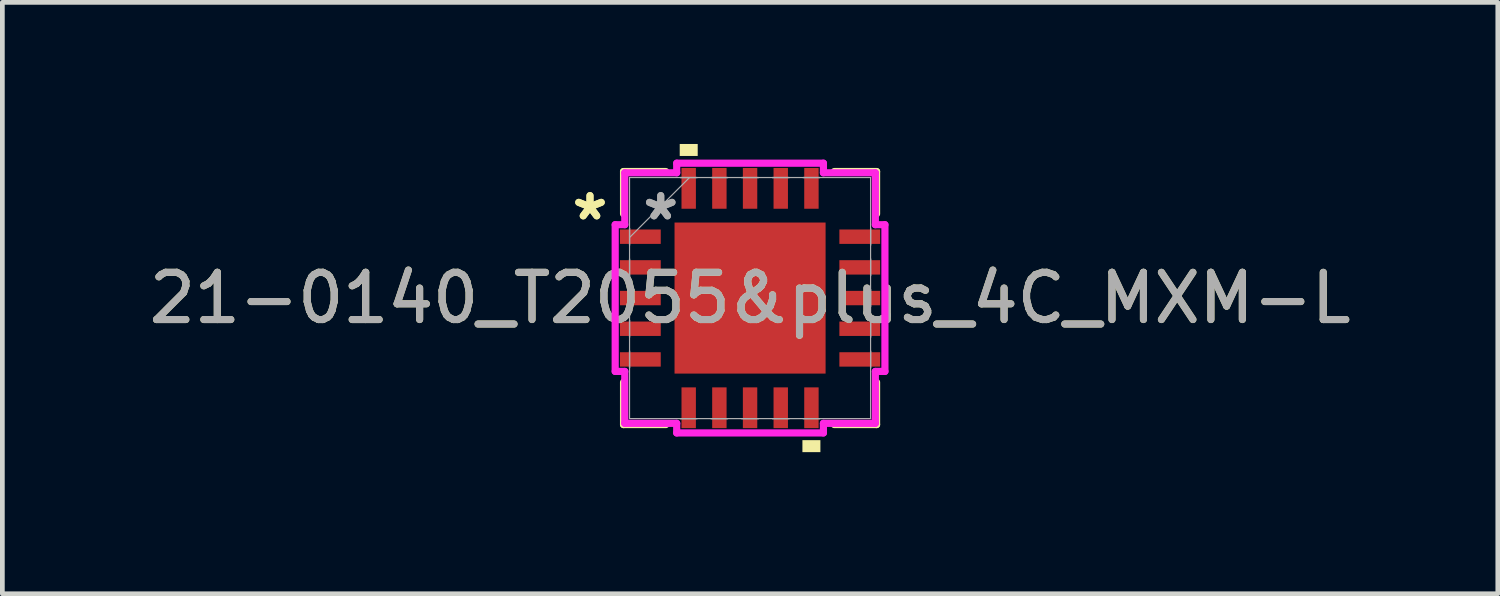
<source format=kicad_pcb>
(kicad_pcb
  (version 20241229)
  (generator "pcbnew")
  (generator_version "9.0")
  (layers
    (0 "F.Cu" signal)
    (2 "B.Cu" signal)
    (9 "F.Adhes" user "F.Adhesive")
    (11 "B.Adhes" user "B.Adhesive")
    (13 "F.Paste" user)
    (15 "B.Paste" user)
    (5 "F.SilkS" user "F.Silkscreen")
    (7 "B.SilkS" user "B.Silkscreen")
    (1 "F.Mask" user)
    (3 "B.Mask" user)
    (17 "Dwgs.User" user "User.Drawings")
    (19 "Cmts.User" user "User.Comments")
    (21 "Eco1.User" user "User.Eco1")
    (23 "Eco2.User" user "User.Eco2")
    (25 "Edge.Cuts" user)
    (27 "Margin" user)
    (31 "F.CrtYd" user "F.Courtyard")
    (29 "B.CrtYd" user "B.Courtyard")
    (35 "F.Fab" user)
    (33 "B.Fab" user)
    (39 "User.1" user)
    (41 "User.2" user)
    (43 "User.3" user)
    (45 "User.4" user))
  (footprint "21-0140_T2055&plus_4C_MXM-L"
    (layer "F.Cu")
    (at 12.839 3.264)
    (property "Reference" "21-0140_T2055&plus_4C_MXM-L" (at 0 0 0) (unlocked yes) (layer "F.SilkS") (effects (font (size 1 1) (thickness 0.15))))
    (attr smd)
    (fp_line (start -2.68 -2.68) (end -2.68 -1.785) (stroke (width 0.152) (type solid)) (layer "F.SilkS"))
    (fp_line (start -2.68 1.785) (end -2.68 2.68) (stroke (width 0.152) (type solid)) (layer "F.SilkS"))
    (fp_line (start -2.68 2.68) (end -1.785 2.68) (stroke (width 0.152) (type solid)) (layer "F.SilkS"))
    (fp_line (start -1.785 -2.68) (end -2.68 -2.68) (stroke (width 0.152) (type solid)) (layer "F.SilkS"))
    (fp_line (start 1.785 2.68) (end 2.68 2.68) (stroke (width 0.152) (type solid)) (layer "F.SilkS"))
    (fp_line (start 2.68 -2.68) (end 1.785 -2.68) (stroke (width 0.152) (type solid)) (layer "F.SilkS"))
    (fp_line (start 2.68 -1.785) (end 2.68 -2.68) (stroke (width 0.152) (type solid)) (layer "F.SilkS"))
    (fp_line (start 2.68 2.68) (end 2.68 1.785) (stroke (width 0.152) (type solid)) (layer "F.SilkS"))
    (fp_poly (pts (xy -1.49 -3.01) (xy -1.49 -3.264) (xy -1.109 -3.264) (xy -1.109 -3.01)) (stroke (width 0) (type solid)) (fill yes) (layer "F.SilkS"))
    (fp_poly (pts (xy 1.109 3.01) (xy 1.109 3.264) (xy 1.49 3.264) (xy 1.49 3.01)) (stroke (width 0) (type solid)) (fill yes) (layer "F.SilkS"))
    (fp_poly (pts (xy -1.5 -1.5) (xy -1.5 -0.1) (xy -0.1 -0.1) (xy -0.1 -1.5)) (stroke (width 0) (type solid)) (fill yes) (layer "F.Paste"))
    (fp_poly (pts (xy -1.5 0.1) (xy -1.5 1.5) (xy -0.1 1.5) (xy -0.1 0.1)) (stroke (width 0) (type solid)) (fill yes) (layer "F.Paste"))
    (fp_poly (pts (xy 0.1 -1.5) (xy 0.1 -0.1) (xy 1.5 -0.1) (xy 1.5 -1.5)) (stroke (width 0) (type solid)) (fill yes) (layer "F.Paste"))
    (fp_poly (pts (xy 0.1 0.1) (xy 0.1 1.5) (xy 1.5 1.5) (xy 1.5 0.1)) (stroke (width 0) (type solid)) (fill yes) (layer "F.Paste"))
    (fp_line (start -2.857 -1.554) (end -2.654 -1.554) (stroke (width 0.152) (type solid)) (layer "F.CrtYd"))
    (fp_line (start -2.857 1.554) (end -2.857 -1.554) (stroke (width 0.152) (type solid)) (layer "F.CrtYd"))
    (fp_line (start -2.654 -2.654) (end -1.554 -2.654) (stroke (width 0.152) (type solid)) (layer "F.CrtYd"))
    (fp_line (start -2.654 -1.554) (end -2.654 -2.654) (stroke (width 0.152) (type solid)) (layer "F.CrtYd"))
    (fp_line (start -2.654 1.554) (end -2.857 1.554) (stroke (width 0.152) (type solid)) (layer "F.CrtYd"))
    (fp_line (start -2.654 2.654) (end -2.654 1.554) (stroke (width 0.152) (type solid)) (layer "F.CrtYd"))
    (fp_line (start -1.554 -2.857) (end 1.554 -2.857) (stroke (width 0.152) (type solid)) (layer "F.CrtYd"))
    (fp_line (start -1.554 -2.654) (end -1.554 -2.857) (stroke (width 0.152) (type solid)) (layer "F.CrtYd"))
    (fp_line (start -1.554 2.654) (end -2.654 2.654) (stroke (width 0.152) (type solid)) (layer "F.CrtYd"))
    (fp_line (start -1.554 2.857) (end -1.554 2.654) (stroke (width 0.152) (type solid)) (layer "F.CrtYd"))
    (fp_line (start 1.554 -2.857) (end 1.554 -2.654) (stroke (width 0.152) (type solid)) (layer "F.CrtYd"))
    (fp_line (start 1.554 -2.654) (end 2.654 -2.654) (stroke (width 0.152) (type solid)) (layer "F.CrtYd"))
    (fp_line (start 1.554 2.654) (end 1.554 2.857) (stroke (width 0.152) (type solid)) (layer "F.CrtYd"))
    (fp_line (start 1.554 2.857) (end -1.554 2.857) (stroke (width 0.152) (type solid)) (layer "F.CrtYd"))
    (fp_line (start 2.654 -2.654) (end 2.654 -1.554) (stroke (width 0.152) (type solid)) (layer "F.CrtYd"))
    (fp_line (start 2.654 -1.554) (end 2.857 -1.554) (stroke (width 0.152) (type solid)) (layer "F.CrtYd"))
    (fp_line (start 2.654 1.554) (end 2.654 2.654) (stroke (width 0.152) (type solid)) (layer "F.CrtYd"))
    (fp_line (start 2.654 2.654) (end 1.554 2.654) (stroke (width 0.152) (type solid)) (layer "F.CrtYd"))
    (fp_line (start 2.857 -1.554) (end 2.857 1.554) (stroke (width 0.152) (type solid)) (layer "F.CrtYd"))
    (fp_line (start 2.857 1.554) (end 2.654 1.554) (stroke (width 0.152) (type solid)) (layer "F.CrtYd"))
    (fp_line (start -2.553 -2.553) (end -2.553 -2.553) (stroke (width 0.025) (type solid)) (layer "F.Fab"))
    (fp_line (start -2.553 -2.553) (end -2.553 2.553) (stroke (width 0.025) (type solid)) (layer "F.Fab"))
    (fp_line (start -2.553 -1.478) (end -2.553 -1.478) (stroke (width 0.025) (type solid)) (layer "F.Fab"))
    (fp_line (start -2.553 -1.478) (end -2.553 -1.122) (stroke (width 0.025) (type solid)) (layer "F.Fab"))
    (fp_line (start -2.553 -1.283) (end -1.283 -2.553) (stroke (width 0.025) (type solid)) (layer "F.Fab"))
    (fp_line (start -2.553 -1.122) (end -2.553 -1.478) (stroke (width 0.025) (type solid)) (layer "F.Fab"))
    (fp_line (start -2.553 -1.122) (end -2.553 -1.122) (stroke (width 0.025) (type solid)) (layer "F.Fab"))
    (fp_line (start -2.553 -0.828) (end -2.553 -0.828) (stroke (width 0.025) (type solid)) (layer "F.Fab"))
    (fp_line (start -2.553 -0.828) (end -2.553 -0.472) (stroke (width 0.025) (type solid)) (layer "F.Fab"))
    (fp_line (start -2.553 -0.472) (end -2.553 -0.828) (stroke (width 0.025) (type solid)) (layer "F.Fab"))
    (fp_line (start -2.553 -0.472) (end -2.553 -0.472) (stroke (width 0.025) (type solid)) (layer "F.Fab"))
    (fp_line (start -2.553 -0.178) (end -2.553 -0.178) (stroke (width 0.025) (type solid)) (layer "F.Fab"))
    (fp_line (start -2.553 -0.178) (end -2.553 0.178) (stroke (width 0.025) (type solid)) (layer "F.Fab"))
    (fp_line (start -2.553 0.178) (end -2.553 -0.178) (stroke (width 0.025) (type solid)) (layer "F.Fab"))
    (fp_line (start -2.553 0.178) (end -2.553 0.178) (stroke (width 0.025) (type solid)) (layer "F.Fab"))
    (fp_line (start -2.553 0.472) (end -2.553 0.472) (stroke (width 0.025) (type solid)) (layer "F.Fab"))
    (fp_line (start -2.553 0.472) (end -2.553 0.828) (stroke (width 0.025) (type solid)) (layer "F.Fab"))
    (fp_line (start -2.553 0.828) (end -2.553 0.472) (stroke (width 0.025) (type solid)) (layer "F.Fab"))
    (fp_line (start -2.553 0.828) (end -2.553 0.828) (stroke (width 0.025) (type solid)) (layer "F.Fab"))
    (fp_line (start -2.553 1.122) (end -2.553 1.122) (stroke (width 0.025) (type solid)) (layer "F.Fab"))
    (fp_line (start -2.553 1.122) (end -2.553 1.478) (stroke (width 0.025) (type solid)) (layer "F.Fab"))
    (fp_line (start -2.553 1.478) (end -2.553 1.122) (stroke (width 0.025) (type solid)) (layer "F.Fab"))
    (fp_line (start -2.553 1.478) (end -2.553 1.478) (stroke (width 0.025) (type solid)) (layer "F.Fab"))
    (fp_line (start -2.553 2.553) (end -2.553 2.553) (stroke (width 0.025) (type solid)) (layer "F.Fab"))
    (fp_line (start -2.553 2.553) (end 2.553 2.553) (stroke (width 0.025) (type solid)) (layer "F.Fab"))
    (fp_line (start -1.478 -2.553) (end -1.478 -2.553) (stroke (width 0.025) (type solid)) (layer "F.Fab"))
    (fp_line (start -1.478 -2.553) (end -1.122 -2.553) (stroke (width 0.025) (type solid)) (layer "F.Fab"))
    (fp_line (start -1.478 2.553) (end -1.478 2.553) (stroke (width 0.025) (type solid)) (layer "F.Fab"))
    (fp_line (start -1.478 2.553) (end -1.122 2.553) (stroke (width 0.025) (type solid)) (layer "F.Fab"))
    (fp_line (start -1.122 -2.553) (end -1.478 -2.553) (stroke (width 0.025) (type solid)) (layer "F.Fab"))
    (fp_line (start -1.122 -2.553) (end -1.122 -2.553) (stroke (width 0.025) (type solid)) (layer "F.Fab"))
    (fp_line (start -1.122 2.553) (end -1.478 2.553) (stroke (width 0.025) (type solid)) (layer "F.Fab"))
    (fp_line (start -1.122 2.553) (end -1.122 2.553) (stroke (width 0.025) (type solid)) (layer "F.Fab"))
    (fp_line (start -0.828 -2.553) (end -0.828 -2.553) (stroke (width 0.025) (type solid)) (layer "F.Fab"))
    (fp_line (start -0.828 -2.553) (end -0.472 -2.553) (stroke (width 0.025) (type solid)) (layer "F.Fab"))
    (fp_line (start -0.828 2.553) (end -0.828 2.553) (stroke (width 0.025) (type solid)) (layer "F.Fab"))
    (fp_line (start -0.828 2.553) (end -0.472 2.553) (stroke (width 0.025) (type solid)) (layer "F.Fab"))
    (fp_line (start -0.472 -2.553) (end -0.828 -2.553) (stroke (width 0.025) (type solid)) (layer "F.Fab"))
    (fp_line (start -0.472 -2.553) (end -0.472 -2.553) (stroke (width 0.025) (type solid)) (layer "F.Fab"))
    (fp_line (start -0.472 2.553) (end -0.828 2.553) (stroke (width 0.025) (type solid)) (layer "F.Fab"))
    (fp_line (start -0.472 2.553) (end -0.472 2.553) (stroke (width 0.025) (type solid)) (layer "F.Fab"))
    (fp_line (start -0.178 -2.553) (end -0.178 -2.553) (stroke (width 0.025) (type solid)) (layer "F.Fab"))
    (fp_line (start -0.178 -2.553) (end 0.178 -2.553) (stroke (width 0.025) (type solid)) (layer "F.Fab"))
    (fp_line (start -0.178 2.553) (end -0.178 2.553) (stroke (width 0.025) (type solid)) (layer "F.Fab"))
    (fp_line (start -0.178 2.553) (end 0.178 2.553) (stroke (width 0.025) (type solid)) (layer "F.Fab"))
    (fp_line (start 0.178 -2.553) (end -0.178 -2.553) (stroke (width 0.025) (type solid)) (layer "F.Fab"))
    (fp_line (start 0.178 -2.553) (end 0.178 -2.553) (stroke (width 0.025) (type solid)) (layer "F.Fab"))
    (fp_line (start 0.178 2.553) (end -0.178 2.553) (stroke (width 0.025) (type solid)) (layer "F.Fab"))
    (fp_line (start 0.178 2.553) (end 0.178 2.553) (stroke (width 0.025) (type solid)) (layer "F.Fab"))
    (fp_line (start 0.472 -2.553) (end 0.472 -2.553) (stroke (width 0.025) (type solid)) (layer "F.Fab"))
    (fp_line (start 0.472 -2.553) (end 0.828 -2.553) (stroke (width 0.025) (type solid)) (layer "F.Fab"))
    (fp_line (start 0.472 2.553) (end 0.472 2.553) (stroke (width 0.025) (type solid)) (layer "F.Fab"))
    (fp_line (start 0.472 2.553) (end 0.828 2.553) (stroke (width 0.025) (type solid)) (layer "F.Fab"))
    (fp_line (start 0.828 -2.553) (end 0.472 -2.553) (stroke (width 0.025) (type solid)) (layer "F.Fab"))
    (fp_line (start 0.828 -2.553) (end 0.828 -2.553) (stroke (width 0.025) (type solid)) (layer "F.Fab"))
    (fp_line (start 0.828 2.553) (end 0.472 2.553) (stroke (width 0.025) (type solid)) (layer "F.Fab"))
    (fp_line (start 0.828 2.553) (end 0.828 2.553) (stroke (width 0.025) (type solid)) (layer "F.Fab"))
    (fp_line (start 1.122 -2.553) (end 1.122 -2.553) (stroke (width 0.025) (type solid)) (layer "F.Fab"))
    (fp_line (start 1.122 -2.553) (end 1.478 -2.553) (stroke (width 0.025) (type solid)) (layer "F.Fab"))
    (fp_line (start 1.122 2.553) (end 1.122 2.553) (stroke (width 0.025) (type solid)) (layer "F.Fab"))
    (fp_line (start 1.122 2.553) (end 1.478 2.553) (stroke (width 0.025) (type solid)) (layer "F.Fab"))
    (fp_line (start 1.478 -2.553) (end 1.122 -2.553) (stroke (width 0.025) (type solid)) (layer "F.Fab"))
    (fp_line (start 1.478 -2.553) (end 1.478 -2.553) (stroke (width 0.025) (type solid)) (layer "F.Fab"))
    (fp_line (start 1.478 2.553) (end 1.122 2.553) (stroke (width 0.025) (type solid)) (layer "F.Fab"))
    (fp_line (start 1.478 2.553) (end 1.478 2.553) (stroke (width 0.025) (type solid)) (layer "F.Fab"))
    (fp_line (start 2.553 -2.553) (end -2.553 -2.553) (stroke (width 0.025) (type solid)) (layer "F.Fab"))
    (fp_line (start 2.553 -2.553) (end 2.553 -2.553) (stroke (width 0.025) (type solid)) (layer "F.Fab"))
    (fp_line (start 2.553 -1.478) (end 2.553 -1.478) (stroke (width 0.025) (type solid)) (layer "F.Fab"))
    (fp_line (start 2.553 -1.478) (end 2.553 -1.122) (stroke (width 0.025) (type solid)) (layer "F.Fab"))
    (fp_line (start 2.553 -1.122) (end 2.553 -1.478) (stroke (width 0.025) (type solid)) (layer "F.Fab"))
    (fp_line (start 2.553 -1.122) (end 2.553 -1.122) (stroke (width 0.025) (type solid)) (layer "F.Fab"))
    (fp_line (start 2.553 -0.828) (end 2.553 -0.828) (stroke (width 0.025) (type solid)) (layer "F.Fab"))
    (fp_line (start 2.553 -0.828) (end 2.553 -0.472) (stroke (width 0.025) (type solid)) (layer "F.Fab"))
    (fp_line (start 2.553 -0.472) (end 2.553 -0.828) (stroke (width 0.025) (type solid)) (layer "F.Fab"))
    (fp_line (start 2.553 -0.472) (end 2.553 -0.472) (stroke (width 0.025) (type solid)) (layer "F.Fab"))
    (fp_line (start 2.553 -0.178) (end 2.553 -0.178) (stroke (width 0.025) (type solid)) (layer "F.Fab"))
    (fp_line (start 2.553 -0.178) (end 2.553 0.178) (stroke (width 0.025) (type solid)) (layer "F.Fab"))
    (fp_line (start 2.553 0.178) (end 2.553 -0.178) (stroke (width 0.025) (type solid)) (layer "F.Fab"))
    (fp_line (start 2.553 0.178) (end 2.553 0.178) (stroke (width 0.025) (type solid)) (layer "F.Fab"))
    (fp_line (start 2.553 0.472) (end 2.553 0.472) (stroke (width 0.025) (type solid)) (layer "F.Fab"))
    (fp_line (start 2.553 0.472) (end 2.553 0.828) (stroke (width 0.025) (type solid)) (layer "F.Fab"))
    (fp_line (start 2.553 0.828) (end 2.553 0.472) (stroke (width 0.025) (type solid)) (layer "F.Fab"))
    (fp_line (start 2.553 0.828) (end 2.553 0.828) (stroke (width 0.025) (type solid)) (layer "F.Fab"))
    (fp_line (start 2.553 1.122) (end 2.553 1.122) (stroke (width 0.025) (type solid)) (layer "F.Fab"))
    (fp_line (start 2.553 1.122) (end 2.553 1.478) (stroke (width 0.025) (type solid)) (layer "F.Fab"))
    (fp_line (start 2.553 1.478) (end 2.553 1.122) (stroke (width 0.025) (type solid)) (layer "F.Fab"))
    (fp_line (start 2.553 1.478) (end 2.553 1.478) (stroke (width 0.025) (type solid)) (layer "F.Fab"))
    (fp_line (start 2.553 2.553) (end 2.553 -2.553) (stroke (width 0.025) (type solid)) (layer "F.Fab"))
    (fp_line (start 2.553 2.553) (end 2.553 2.553) (stroke (width 0.025) (type solid)) (layer "F.Fab"))
    (fp_text user "*" (at -3.391 -1.625 0) (layer "F.SilkS") (effects (font (size 1 1) (thickness 0.15))))
    (fp_text user "*" (at -3.391 -1.625 0) (unlocked yes) (layer "F.SilkS") (effects (font (size 1 1) (thickness 0.15))))
    (fp_text user "*" (at -1.892 -1.625 0) (layer "F.Fab") (effects (font (size 1 1) (thickness 0.15))))
    (fp_text user "*" (at -1.892 -1.625 0) (unlocked yes) (layer "F.Fab") (effects (font (size 1 1) (thickness 0.15))))
    (fp_text user "${REFERENCE}" (at 0 0 0) (unlocked yes) (layer "F.Fab") (effects (font (size 1 1) (thickness 0.15))))
    (pad "1" smd rect (at -2.324 -1.3 90) (size 0.305 0.864) (layers "F.Cu" "F.Mask" "F.Paste"))
    (pad "2" smd rect (at -2.324 -0.65 90) (size 0.305 0.864) (layers "F.Cu" "F.Mask" "F.Paste"))
    (pad "3" smd rect (at -2.324 0 90) (size 0.305 0.864) (layers "F.Cu" "F.Mask" "F.Paste"))
    (pad "4" smd rect (at -2.324 0.65 90) (size 0.305 0.864) (layers "F.Cu" "F.Mask" "F.Paste"))
    (pad "5" smd rect (at -2.324 1.3 90) (size 0.305 0.864) (layers "F.Cu" "F.Mask" "F.Paste"))
    (pad "6" smd rect (at -1.3 2.324) (size 0.305 0.864) (layers "F.Cu" "F.Mask" "F.Paste"))
    (pad "7" smd rect (at -0.65 2.324) (size 0.305 0.864) (layers "F.Cu" "F.Mask" "F.Paste"))
    (pad "8" smd rect (at 0 2.324) (size 0.305 0.864) (layers "F.Cu" "F.Mask" "F.Paste"))
    (pad "9" smd rect (at 0.65 2.324) (size 0.305 0.864) (layers "F.Cu" "F.Mask" "F.Paste"))
    (pad "10" smd rect (at 1.3 2.324) (size 0.305 0.864) (layers "F.Cu" "F.Mask" "F.Paste"))
    (pad "11" smd rect (at 2.324 1.3 90) (size 0.305 0.864) (layers "F.Cu" "F.Mask" "F.Paste"))
    (pad "12" smd rect (at 2.324 0.65 90) (size 0.305 0.864) (layers "F.Cu" "F.Mask" "F.Paste"))
    (pad "13" smd rect (at 2.324 0 90) (size 0.305 0.864) (layers "F.Cu" "F.Mask" "F.Paste"))
    (pad "14" smd rect (at 2.324 -0.65 90) (size 0.305 0.864) (layers "F.Cu" "F.Mask" "F.Paste"))
    (pad "15" smd rect (at 2.324 -1.3 90) (size 0.305 0.864) (layers "F.Cu" "F.Mask" "F.Paste"))
    (pad "16" smd rect (at 1.3 -2.324) (size 0.305 0.864) (layers "F.Cu" "F.Mask" "F.Paste"))
    (pad "17" smd rect (at 0.65 -2.324) (size 0.305 0.864) (layers "F.Cu" "F.Mask" "F.Paste"))
    (pad "18" smd rect (at 0 -2.324) (size 0.305 0.864) (layers "F.Cu" "F.Mask" "F.Paste"))
    (pad "19" smd rect (at -0.65 -2.324) (size 0.305 0.864) (layers "F.Cu" "F.Mask" "F.Paste"))
    (pad "20" smd rect (at -1.3 -2.324) (size 0.305 0.864) (layers "F.Cu" "F.Mask" "F.Paste"))
    (pad "21" smd rect (at 0 0) (size 3.2 3.2) (layers "F.Cu" "F.Mask")))
  (gr_rect
    (start -3 -3)
    (end 28.679 9.528)
    (stroke (width 0.1) (type default))
    (fill no)
    (layer "Edge.Cuts")))
</source>
